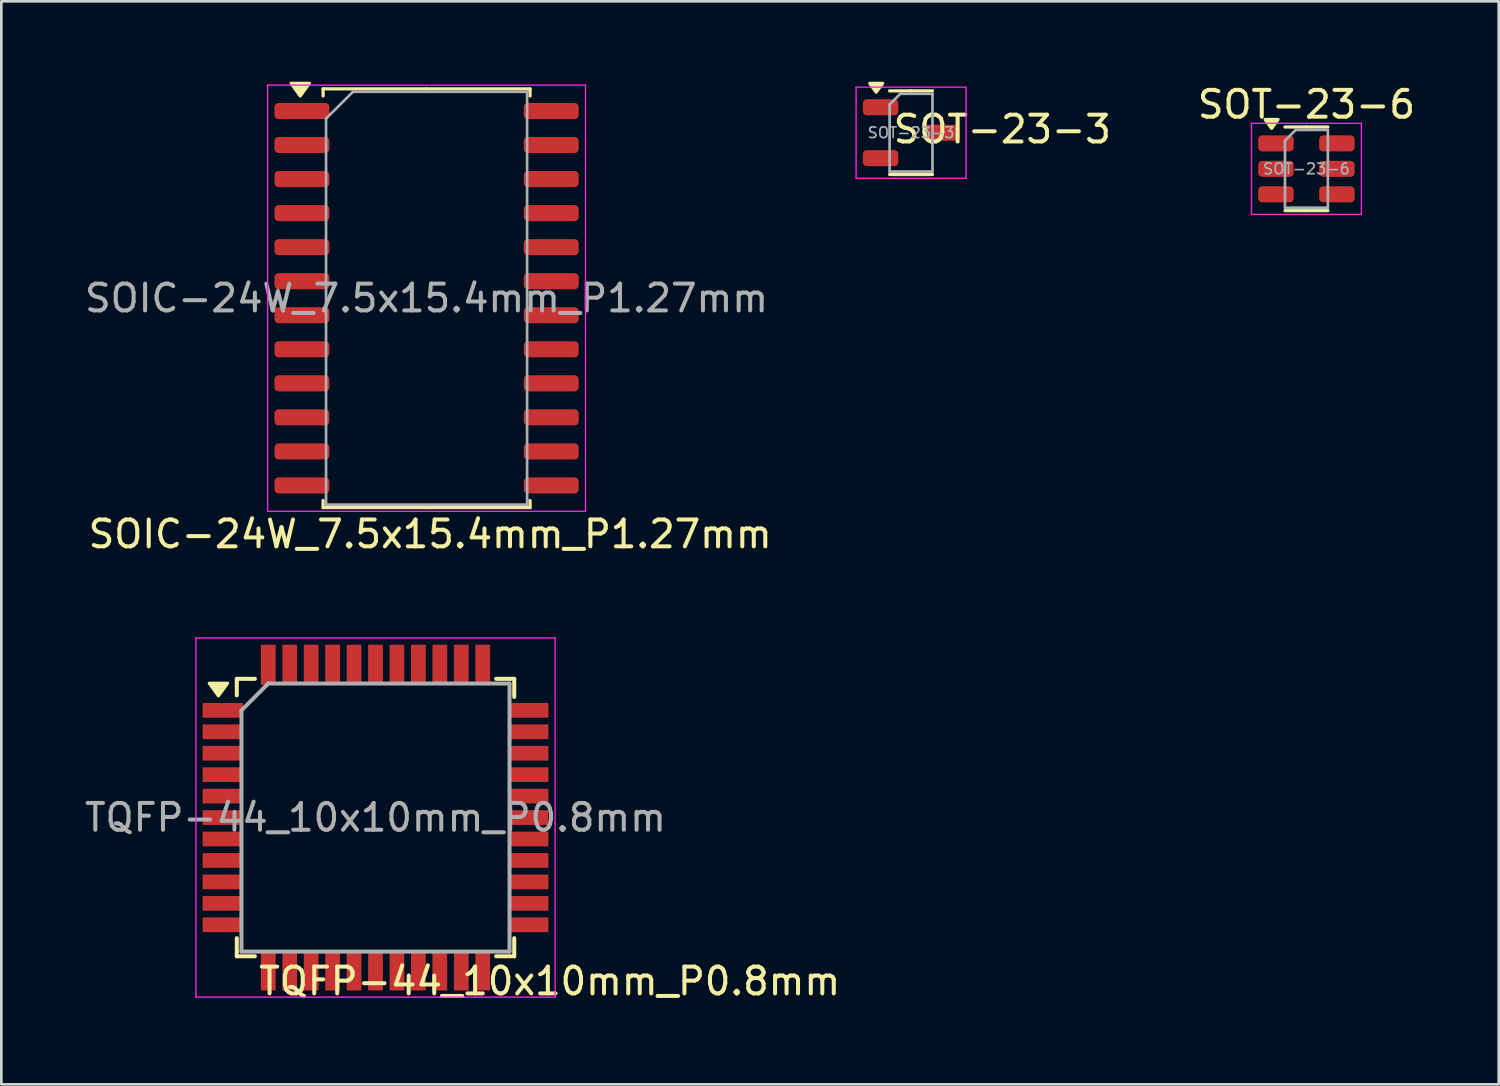
<source format=kicad_pcb>
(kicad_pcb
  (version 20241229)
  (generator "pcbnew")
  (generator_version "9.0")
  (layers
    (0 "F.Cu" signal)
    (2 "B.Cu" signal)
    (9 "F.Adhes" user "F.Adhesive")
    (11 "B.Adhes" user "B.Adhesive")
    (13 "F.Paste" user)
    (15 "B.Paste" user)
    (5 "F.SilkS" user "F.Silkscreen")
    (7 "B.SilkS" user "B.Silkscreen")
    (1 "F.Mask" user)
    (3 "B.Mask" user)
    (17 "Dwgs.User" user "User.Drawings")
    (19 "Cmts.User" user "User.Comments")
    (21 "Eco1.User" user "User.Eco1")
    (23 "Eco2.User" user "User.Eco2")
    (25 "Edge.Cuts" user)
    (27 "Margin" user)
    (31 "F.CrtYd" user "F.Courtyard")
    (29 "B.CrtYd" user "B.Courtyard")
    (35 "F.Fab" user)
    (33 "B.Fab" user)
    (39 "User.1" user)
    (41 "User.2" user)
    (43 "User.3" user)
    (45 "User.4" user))
  (footprint "SOT-23-6"
    (layer "F.Cu")
    (at 45.685 3.248)
    (property "Reference" "SOT-23-6" (at 0 -2.4 180) (layer "F.SilkS") (effects (font (size 1 1) (thickness 0.15))))
    (attr smd)
    (fp_line (start 0 -1.56) (end -0.8 -1.56) (stroke (width 0.12) (type solid)) (layer "F.SilkS"))
    (fp_line (start 0 -1.56) (end 0.8 -1.56) (stroke (width 0.12) (type solid)) (layer "F.SilkS"))
    (fp_line (start 0 1.56) (end -0.8 1.56) (stroke (width 0.12) (type solid)) (layer "F.SilkS"))
    (fp_line (start 0 1.56) (end 0.8 1.56) (stroke (width 0.12) (type solid)) (layer "F.SilkS"))
    (fp_poly (pts (xy -1.3 -1.51) (xy -1.54 -1.84) (xy -1.06 -1.84) (xy -1.3 -1.51)) (stroke (width 0.12) (type solid)) (fill yes) (layer "F.SilkS"))
    (fp_line (start -2.05 -1.7) (end -2.05 1.7) (stroke (width 0.05) (type solid)) (layer "F.CrtYd"))
    (fp_line (start -2.05 1.7) (end 2.05 1.7) (stroke (width 0.05) (type solid)) (layer "F.CrtYd"))
    (fp_line (start 2.05 -1.7) (end -2.05 -1.7) (stroke (width 0.05) (type solid)) (layer "F.CrtYd"))
    (fp_line (start 2.05 1.7) (end 2.05 -1.7) (stroke (width 0.05) (type solid)) (layer "F.CrtYd"))
    (fp_line (start -0.8 -1.05) (end -0.4 -1.45) (stroke (width 0.1) (type solid)) (layer "F.Fab"))
    (fp_line (start -0.8 1.45) (end -0.8 -1.05) (stroke (width 0.1) (type solid)) (layer "F.Fab"))
    (fp_line (start -0.4 -1.45) (end 0.8 -1.45) (stroke (width 0.1) (type solid)) (layer "F.Fab"))
    (fp_line (start 0.8 -1.45) (end 0.8 1.45) (stroke (width 0.1) (type solid)) (layer "F.Fab"))
    (fp_line (start 0.8 1.45) (end -0.8 1.45) (stroke (width 0.1) (type solid)) (layer "F.Fab"))
    (fp_text user "${REFERENCE}" (at 0 0 180) (layer "F.Fab") (effects (font (size 0.4 0.4) (thickness 0.06))))
    (pad "1" smd roundrect (at -1.137 -0.95) (size 1.325 0.6) (layers "F.Cu" "F.Mask" "F.Paste") (roundrect_rratio 0.25))
    (pad "2" smd roundrect (at -1.137 0) (size 1.325 0.6) (layers "F.Cu" "F.Mask" "F.Paste") (roundrect_rratio 0.25))
    (pad "3" smd roundrect (at -1.137 0.95) (size 1.325 0.6) (layers "F.Cu" "F.Mask" "F.Paste") (roundrect_rratio 0.25))
    (pad "4" smd roundrect (at 1.137 0.95) (size 1.325 0.6) (layers "F.Cu" "F.Mask" "F.Paste") (roundrect_rratio 0.25))
    (pad "5" smd roundrect (at 1.137 0) (size 1.325 0.6) (layers "F.Cu" "F.Mask" "F.Paste") (roundrect_rratio 0.25))
    (pad "6" smd roundrect (at 1.137 -0.95) (size 1.325 0.6) (layers "F.Cu" "F.Mask" "F.Paste") (roundrect_rratio 0.25)))
  (footprint "SOIC-24W_7.5x15.4mm_P1.27mm"
    (layer "F.Cu")
    (at 12.863 8.075)
    (property "Reference" "SOIC-24W_7.5x15.4mm_P1.27mm" (at 0.135 8.8 0) (layer "F.SilkS") (effects (font (size 1 1) (thickness 0.15))))
    (attr smd)
    (fp_line (start -3.86 -7.81) (end 0 -7.81) (stroke (width 0.12) (type solid)) (layer "F.SilkS"))
    (fp_line (start -3.86 -7.545) (end -3.86 -7.81) (stroke (width 0.12) (type solid)) (layer "F.SilkS"))
    (fp_line (start -3.86 7.545) (end -3.86 7.81) (stroke (width 0.12) (type solid)) (layer "F.SilkS"))
    (fp_line (start -3.86 7.81) (end 0 7.81) (stroke (width 0.12) (type solid)) (layer "F.SilkS"))
    (fp_line (start 3.86 -7.81) (end 0 -7.81) (stroke (width 0.12) (type solid)) (layer "F.SilkS"))
    (fp_line (start 3.86 -7.545) (end 3.86 -7.81) (stroke (width 0.12) (type solid)) (layer "F.SilkS"))
    (fp_line (start 3.86 7.545) (end 3.86 7.81) (stroke (width 0.12) (type solid)) (layer "F.SilkS"))
    (fp_line (start 3.86 7.81) (end 0 7.81) (stroke (width 0.12) (type solid)) (layer "F.SilkS"))
    (fp_poly (pts (xy -4.713 -7.545) (xy -5.053 -8.015) (xy -4.372 -8.015) (xy -4.713 -7.545)) (stroke (width 0.12) (type solid)) (fill yes) (layer "F.SilkS"))
    (fp_line (start -5.93 -7.95) (end 5.93 -7.95) (stroke (width 0.05) (type solid)) (layer "F.CrtYd"))
    (fp_line (start -5.93 7.95) (end -5.93 -7.95) (stroke (width 0.05) (type solid)) (layer "F.CrtYd"))
    (fp_line (start 5.93 -7.95) (end 5.93 7.95) (stroke (width 0.05) (type solid)) (layer "F.CrtYd"))
    (fp_line (start 5.93 7.95) (end -5.93 7.95) (stroke (width 0.05) (type solid)) (layer "F.CrtYd"))
    (fp_line (start -3.75 -6.7) (end -3.75 7.7) (stroke (width 0.1) (type solid)) (layer "F.Fab"))
    (fp_line (start -3.75 7.7) (end 3.75 7.7) (stroke (width 0.1) (type solid)) (layer "F.Fab"))
    (fp_line (start -2.75 -7.7) (end -3.75 -6.7) (stroke (width 0.1) (type solid)) (layer "F.Fab"))
    (fp_line (start 3.75 -7.7) (end -2.75 -7.7) (stroke (width 0.1) (type solid)) (layer "F.Fab"))
    (fp_line (start 3.75 7.7) (end 3.75 -7.7) (stroke (width 0.1) (type solid)) (layer "F.Fab"))
    (fp_text user "${REFERENCE}" (at 0 0 0) (layer "F.Fab") (effects (font (size 1 1) (thickness 0.15))))
    (pad "1" smd roundrect (at -4.65 -6.985 180) (size 2.05 0.6) (layers "F.Cu" "F.Mask" "F.Paste") (roundrect_rratio 0.25))
    (pad "2" smd roundrect (at -4.65 -5.715 180) (size 2.05 0.6) (layers "F.Cu" "F.Mask" "F.Paste") (roundrect_rratio 0.25))
    (pad "3" smd roundrect (at -4.65 -4.445 180) (size 2.05 0.6) (layers "F.Cu" "F.Mask" "F.Paste") (roundrect_rratio 0.25))
    (pad "4" smd roundrect (at -4.65 -3.175 180) (size 2.05 0.6) (layers "F.Cu" "F.Mask" "F.Paste") (roundrect_rratio 0.25))
    (pad "5" smd roundrect (at -4.65 -1.905 180) (size 2.05 0.6) (layers "F.Cu" "F.Mask" "F.Paste") (roundrect_rratio 0.25))
    (pad "6" smd roundrect (at -4.65 -0.635 180) (size 2.05 0.6) (layers "F.Cu" "F.Mask" "F.Paste") (roundrect_rratio 0.25))
    (pad "7" smd roundrect (at -4.65 0.635 180) (size 2.05 0.6) (layers "F.Cu" "F.Mask" "F.Paste") (roundrect_rratio 0.25))
    (pad "8" smd roundrect (at -4.65 1.905 180) (size 2.05 0.6) (layers "F.Cu" "F.Mask" "F.Paste") (roundrect_rratio 0.25))
    (pad "9" smd roundrect (at -4.65 3.175 180) (size 2.05 0.6) (layers "F.Cu" "F.Mask" "F.Paste") (roundrect_rratio 0.25))
    (pad "10" smd roundrect (at -4.65 4.445 180) (size 2.05 0.6) (layers "F.Cu" "F.Mask" "F.Paste") (roundrect_rratio 0.25))
    (pad "11" smd roundrect (at -4.65 5.715 180) (size 2.05 0.6) (layers "F.Cu" "F.Mask" "F.Paste") (roundrect_rratio 0.25))
    (pad "12" smd roundrect (at -4.65 6.985 180) (size 2.05 0.6) (layers "F.Cu" "F.Mask" "F.Paste") (roundrect_rratio 0.25))
    (pad "13" smd roundrect (at 4.65 6.985 180) (size 2.05 0.6) (layers "F.Cu" "F.Mask" "F.Paste") (roundrect_rratio 0.25))
    (pad "14" smd roundrect (at 4.65 5.715 180) (size 2.05 0.6) (layers "F.Cu" "F.Mask" "F.Paste") (roundrect_rratio 0.25))
    (pad "15" smd roundrect (at 4.65 4.445 180) (size 2.05 0.6) (layers "F.Cu" "F.Mask" "F.Paste") (roundrect_rratio 0.25))
    (pad "16" smd roundrect (at 4.65 3.175 180) (size 2.05 0.6) (layers "F.Cu" "F.Mask" "F.Paste") (roundrect_rratio 0.25))
    (pad "17" smd roundrect (at 4.65 1.905 180) (size 2.05 0.6) (layers "F.Cu" "F.Mask" "F.Paste") (roundrect_rratio 0.25))
    (pad "18" smd roundrect (at 4.65 0.635 180) (size 2.05 0.6) (layers "F.Cu" "F.Mask" "F.Paste") (roundrect_rratio 0.25))
    (pad "19" smd roundrect (at 4.65 -0.635 180) (size 2.05 0.6) (layers "F.Cu" "F.Mask" "F.Paste") (roundrect_rratio 0.25))
    (pad "20" smd roundrect (at 4.65 -1.905 180) (size 2.05 0.6) (layers "F.Cu" "F.Mask" "F.Paste") (roundrect_rratio 0.25))
    (pad "21" smd roundrect (at 4.65 -3.175 180) (size 2.05 0.6) (layers "F.Cu" "F.Mask" "F.Paste") (roundrect_rratio 0.25))
    (pad "22" smd roundrect (at 4.65 -4.445 180) (size 2.05 0.6) (layers "F.Cu" "F.Mask" "F.Paste") (roundrect_rratio 0.25))
    (pad "23" smd roundrect (at 4.65 -5.715 180) (size 2.05 0.6) (layers "F.Cu" "F.Mask" "F.Paste") (roundrect_rratio 0.25))
    (pad "24" smd roundrect (at 4.65 -6.985 180) (size 2.05 0.6) (layers "F.Cu" "F.Mask" "F.Paste") (roundrect_rratio 0.25)))
  (footprint "TQFP-44_10x10mm_P0.8mm"
    (layer "F.Cu")
    (at 10.958 27.448)
    (property "Reference" "TQFP-44_10x10mm_P0.8mm" (at 6.5 6.105 0) (layer "F.SilkS") (effects (font (size 1 1) (thickness 0.15))))
    (attr smd)
    (fp_line (start -5.175 -5.175) (end -5.175 -4.56) (stroke (width 0.15) (type solid)) (layer "F.SilkS"))
    (fp_line (start -5.175 -5.175) (end -4.5 -5.175) (stroke (width 0.15) (type solid)) (layer "F.SilkS"))
    (fp_line (start -5.175 5.175) (end -5.175 4.5) (stroke (width 0.15) (type solid)) (layer "F.SilkS"))
    (fp_line (start -5.175 5.175) (end -4.5 5.175) (stroke (width 0.15) (type solid)) (layer "F.SilkS"))
    (fp_line (start 5.175 -5.175) (end 4.5 -5.175) (stroke (width 0.15) (type solid)) (layer "F.SilkS"))
    (fp_line (start 5.175 -5.175) (end 5.175 -4.5) (stroke (width 0.15) (type solid)) (layer "F.SilkS"))
    (fp_line (start 5.175 5.175) (end 4.5 5.175) (stroke (width 0.15) (type solid)) (layer "F.SilkS"))
    (fp_line (start 5.175 5.175) (end 5.175 4.5) (stroke (width 0.15) (type solid)) (layer "F.SilkS"))
    (fp_poly (pts (xy -5.86 -4.54) (xy -6.2 -5.01) (xy -5.52 -5.01) (xy -5.86 -4.54)) (stroke (width 0.12) (type solid)) (fill yes) (layer "F.SilkS"))
    (fp_line (start -6.7 -6.7) (end -6.7 6.7) (stroke (width 0.05) (type solid)) (layer "F.CrtYd"))
    (fp_line (start -6.7 -6.7) (end 6.7 -6.7) (stroke (width 0.05) (type solid)) (layer "F.CrtYd"))
    (fp_line (start -6.7 6.7) (end 6.7 6.7) (stroke (width 0.05) (type solid)) (layer "F.CrtYd"))
    (fp_line (start 6.7 -6.7) (end 6.7 6.7) (stroke (width 0.05) (type solid)) (layer "F.CrtYd"))
    (fp_line (start -5 -4) (end -4 -5) (stroke (width 0.15) (type solid)) (layer "F.Fab"))
    (fp_line (start -5 5) (end -5 -4) (stroke (width 0.15) (type solid)) (layer "F.Fab"))
    (fp_line (start -4 -5) (end 5 -5) (stroke (width 0.15) (type solid)) (layer "F.Fab"))
    (fp_line (start 5 -5) (end 5 5) (stroke (width 0.15) (type solid)) (layer "F.Fab"))
    (fp_line (start 5 5) (end -5 5) (stroke (width 0.15) (type solid)) (layer "F.Fab"))
    (fp_text user "${REFERENCE}" (at 0 0 0) (layer "F.Fab") (effects (font (size 1 1) (thickness 0.15))))
    (pad "1" smd rect (at -5.7 -4) (size 1.5 0.55) (layers "F.Cu" "F.Mask" "F.Paste"))
    (pad "2" smd rect (at -5.7 -3.2) (size 1.5 0.55) (layers "F.Cu" "F.Mask" "F.Paste"))
    (pad "3" smd rect (at -5.7 -2.4) (size 1.5 0.55) (layers "F.Cu" "F.Mask" "F.Paste"))
    (pad "4" smd rect (at -5.7 -1.6) (size 1.5 0.55) (layers "F.Cu" "F.Mask" "F.Paste"))
    (pad "5" smd rect (at -5.7 -0.8) (size 1.5 0.55) (layers "F.Cu" "F.Mask" "F.Paste"))
    (pad "6" smd rect (at -5.7 0) (size 1.5 0.55) (layers "F.Cu" "F.Mask" "F.Paste"))
    (pad "7" smd rect (at -5.7 0.8) (size 1.5 0.55) (layers "F.Cu" "F.Mask" "F.Paste"))
    (pad "8" smd rect (at -5.7 1.6) (size 1.5 0.55) (layers "F.Cu" "F.Mask" "F.Paste"))
    (pad "9" smd rect (at -5.7 2.4) (size 1.5 0.55) (layers "F.Cu" "F.Mask" "F.Paste"))
    (pad "10" smd rect (at -5.7 3.2) (size 1.5 0.55) (layers "F.Cu" "F.Mask" "F.Paste"))
    (pad "11" smd rect (at -5.7 4) (size 1.5 0.55) (layers "F.Cu" "F.Mask" "F.Paste"))
    (pad "12" smd rect (at -4 5.7 90) (size 1.5 0.55) (layers "F.Cu" "F.Mask" "F.Paste"))
    (pad "13" smd rect (at -3.2 5.7 90) (size 1.5 0.55) (layers "F.Cu" "F.Mask" "F.Paste"))
    (pad "14" smd rect (at -2.4 5.7 90) (size 1.5 0.55) (layers "F.Cu" "F.Mask" "F.Paste"))
    (pad "15" smd rect (at -1.6 5.7 90) (size 1.5 0.55) (layers "F.Cu" "F.Mask" "F.Paste"))
    (pad "16" smd rect (at -0.8 5.7 90) (size 1.5 0.55) (layers "F.Cu" "F.Mask" "F.Paste"))
    (pad "17" smd rect (at 0 5.7 90) (size 1.5 0.55) (layers "F.Cu" "F.Mask" "F.Paste"))
    (pad "18" smd rect (at 0.8 5.7 90) (size 1.5 0.55) (layers "F.Cu" "F.Mask" "F.Paste"))
    (pad "19" smd rect (at 1.6 5.7 90) (size 1.5 0.55) (layers "F.Cu" "F.Mask" "F.Paste"))
    (pad "20" smd rect (at 2.4 5.7 90) (size 1.5 0.55) (layers "F.Cu" "F.Mask" "F.Paste"))
    (pad "21" smd rect (at 3.2 5.7 90) (size 1.5 0.55) (layers "F.Cu" "F.Mask" "F.Paste"))
    (pad "22" smd rect (at 4 5.7 90) (size 1.5 0.55) (layers "F.Cu" "F.Mask" "F.Paste"))
    (pad "23" smd rect (at 5.7 4) (size 1.5 0.55) (layers "F.Cu" "F.Mask" "F.Paste"))
    (pad "24" smd rect (at 5.7 3.2) (size 1.5 0.55) (layers "F.Cu" "F.Mask" "F.Paste"))
    (pad "25" smd rect (at 5.7 2.4) (size 1.5 0.55) (layers "F.Cu" "F.Mask" "F.Paste"))
    (pad "26" smd rect (at 5.7 1.6) (size 1.5 0.55) (layers "F.Cu" "F.Mask" "F.Paste"))
    (pad "27" smd rect (at 5.7 0.8) (size 1.5 0.55) (layers "F.Cu" "F.Mask" "F.Paste"))
    (pad "28" smd rect (at 5.7 0) (size 1.5 0.55) (layers "F.Cu" "F.Mask" "F.Paste"))
    (pad "29" smd rect (at 5.7 -0.8) (size 1.5 0.55) (layers "F.Cu" "F.Mask" "F.Paste"))
    (pad "30" smd rect (at 5.7 -1.6) (size 1.5 0.55) (layers "F.Cu" "F.Mask" "F.Paste"))
    (pad "31" smd rect (at 5.7 -2.4) (size 1.5 0.55) (layers "F.Cu" "F.Mask" "F.Paste"))
    (pad "32" smd rect (at 5.7 -3.2) (size 1.5 0.55) (layers "F.Cu" "F.Mask" "F.Paste"))
    (pad "33" smd rect (at 5.7 -4) (size 1.5 0.55) (layers "F.Cu" "F.Mask" "F.Paste"))
    (pad "34" smd rect (at 4 -5.7 90) (size 1.5 0.55) (layers "F.Cu" "F.Mask" "F.Paste"))
    (pad "35" smd rect (at 3.2 -5.7 90) (size 1.5 0.55) (layers "F.Cu" "F.Mask" "F.Paste"))
    (pad "36" smd rect (at 2.4 -5.7 90) (size 1.5 0.55) (layers "F.Cu" "F.Mask" "F.Paste"))
    (pad "37" smd rect (at 1.6 -5.7 90) (size 1.5 0.55) (layers "F.Cu" "F.Mask" "F.Paste"))
    (pad "38" smd rect (at 0.8 -5.7 90) (size 1.5 0.55) (layers "F.Cu" "F.Mask" "F.Paste"))
    (pad "39" smd rect (at 0 -5.7 90) (size 1.5 0.55) (layers "F.Cu" "F.Mask" "F.Paste"))
    (pad "40" smd rect (at -0.8 -5.7 90) (size 1.5 0.55) (layers "F.Cu" "F.Mask" "F.Paste"))
    (pad "41" smd rect (at -1.6 -5.7 90) (size 1.5 0.55) (layers "F.Cu" "F.Mask" "F.Paste"))
    (pad "42" smd rect (at -2.4 -5.7 90) (size 1.5 0.55) (layers "F.Cu" "F.Mask" "F.Paste"))
    (pad "43" smd rect (at -3.2 -5.7 90) (size 1.5 0.55) (layers "F.Cu" "F.Mask" "F.Paste"))
    (pad "44" smd rect (at -4 -5.7 90) (size 1.5 0.55) (layers "F.Cu" "F.Mask" "F.Paste")))
  (footprint "SOT-23-3"
    (layer "F.Cu")
    (at 30.936 1.9)
    (property "Reference" "SOT-23-3" (at 3.404 -0.127 0) (layer "F.SilkS") (effects (font (size 1 1) (thickness 0.15))))
    (attr smd)
    (fp_line (start 0 -1.56) (end -0.8 -1.56) (stroke (width 0.12) (type solid)) (layer "F.SilkS"))
    (fp_line (start 0 -1.56) (end 0.8 -1.56) (stroke (width 0.12) (type solid)) (layer "F.SilkS"))
    (fp_line (start 0 1.56) (end -0.8 1.56) (stroke (width 0.12) (type solid)) (layer "F.SilkS"))
    (fp_line (start 0 1.56) (end 0.8 1.56) (stroke (width 0.12) (type solid)) (layer "F.SilkS"))
    (fp_poly (pts (xy -1.3 -1.51) (xy -1.54 -1.84) (xy -1.06 -1.84) (xy -1.3 -1.51)) (stroke (width 0.12) (type solid)) (fill yes) (layer "F.SilkS"))
    (fp_line (start -2.05 -1.7) (end -2.05 1.7) (stroke (width 0.05) (type solid)) (layer "F.CrtYd"))
    (fp_line (start -2.05 1.7) (end 2.05 1.7) (stroke (width 0.05) (type solid)) (layer "F.CrtYd"))
    (fp_line (start 2.05 -1.7) (end -2.05 -1.7) (stroke (width 0.05) (type solid)) (layer "F.CrtYd"))
    (fp_line (start 2.05 1.7) (end 2.05 -1.7) (stroke (width 0.05) (type solid)) (layer "F.CrtYd"))
    (fp_line (start -0.8 -1.05) (end -0.4 -1.45) (stroke (width 0.1) (type solid)) (layer "F.Fab"))
    (fp_line (start -0.8 1.45) (end -0.8 -1.05) (stroke (width 0.1) (type solid)) (layer "F.Fab"))
    (fp_line (start -0.4 -1.45) (end 0.8 -1.45) (stroke (width 0.1) (type solid)) (layer "F.Fab"))
    (fp_line (start 0.8 -1.45) (end 0.8 1.45) (stroke (width 0.1) (type solid)) (layer "F.Fab"))
    (fp_line (start 0.8 1.45) (end -0.8 1.45) (stroke (width 0.1) (type solid)) (layer "F.Fab"))
    (fp_text user "${REFERENCE}" (at 0 0 0) (layer "F.Fab") (effects (font (size 0.4 0.4) (thickness 0.06))))
    (pad "1" smd roundrect (at -1.137 -0.95) (size 1.325 0.6) (layers "F.Cu" "F.Mask" "F.Paste") (roundrect_rratio 0.25))
    (pad "2" smd roundrect (at -1.137 0.95) (size 1.325 0.6) (layers "F.Cu" "F.Mask" "F.Paste") (roundrect_rratio 0.25))
    (pad "3" smd roundrect (at 1.137 0) (size 1.325 0.6) (layers "F.Cu" "F.Mask" "F.Paste") (roundrect_rratio 0.25)))
  (gr_rect
    (start -3 -3)
    (end 52.858 37.401)
    (stroke (width 0.1) (type default))
    (fill no)
    (layer "Edge.Cuts")))
</source>
